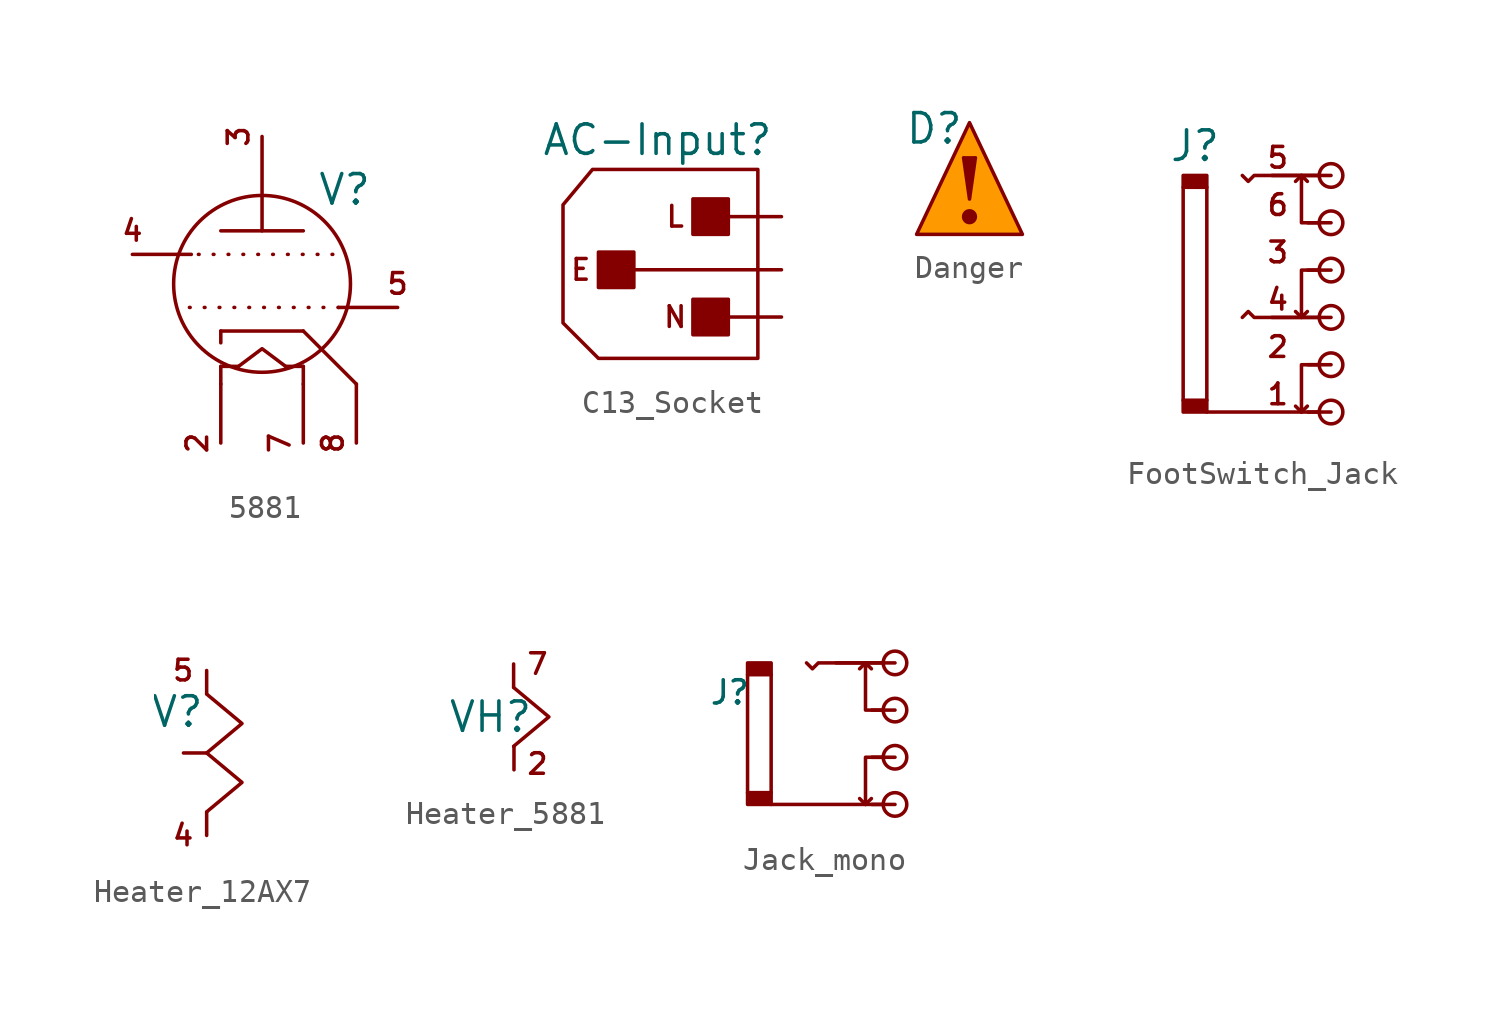
<source format=kicad_sym>
(kicad_symbol_lib
  (version 20231120)
  (generator "kicad_symbol_editor")
  (generator_version "8.0")
  (symbol "5881"
    (property "Reference" "V"
      (at 3.556 4.064 0)
      (effects (font (size 1.27 1.27))))
    (property "Value" ""
      (at 0 0 0)
      (effects (font (size 1.27 1.27))))
    (symbol "5881_0_1"
      (polyline (pts (xy 0 3.81) (xy 0 2.286)) (stroke (width 0) (type default)) (fill (type none)))
      (polyline (pts (xy 0 3.81) (xy 0 3.81)) (stroke (width 0) (type default)) (fill (type none)))
      (polyline (pts (xy 1.778 -2.032) (xy -1.778 -2.032)) (stroke (width 0) (type default)) (fill (type none)))
      (polyline (pts (xy 1.778 2.286) (xy -1.778 2.286)) (stroke (width 0) (type default)) (fill (type none)))
      (circle (center 0 0) (radius 3.81) (stroke (width 0) (type default)) (fill (type none))))
    (symbol "5881_1_1"
      (polyline (pts (xy -1.778 -4.318) (xy -1.778 -3.556)) (stroke (width 0) (type default)) (fill (type none)))
      (polyline (pts (xy -1.778 -2.032) (xy -1.778 -2.54)) (stroke (width 0) (type default)) (fill (type none)))
      (polyline (pts (xy -1.016 -3.556) (xy -1.778 -3.556)) (stroke (width 0) (type default)) (fill (type none)))
      (polyline (pts (xy 1.778 -4.318) (xy 1.778 -3.556)) (stroke (width 0) (type default)) (fill (type none)))
      (polyline (pts (xy 1.778 -3.556) (xy 1.016 -3.556)) (stroke (width 0) (type default)) (fill (type none)))
      (polyline (pts (xy 1.778 -2.032) (xy 4.064 -4.318)) (stroke (width 0) (type default)) (fill (type none)))
      (polyline (pts (xy 3.048 1.27) (xy -3.302 1.27)) (stroke (width 0) (type dot)) (fill (type none)))
      (polyline (pts (xy 3.302 -1.016) (xy -3.302 -1.016)) (stroke (width 0) (type dot)) (fill (type none)))
      (polyline (pts (xy 1.016 -3.556) (xy 0 -2.794) (xy -1.016 -3.556)) (stroke (width 0) (type default)) (fill (type none)))
      (text "2" (at -2.794 -6.858 900) (effects (font (size 0.889 0.889))))
      (text "3" (at -1.016 6.35 900) (effects (font (size 0.889 0.889))))
      (text "4" (at -5.588 2.286 0) (effects (font (size 0.889 0.889))))
      (text "5" (at 5.842 0 0) (effects (font (size 0.889 0.889))))
      (text "7" (at 0.762 -6.858 900) (effects (font (size 0.889 0.889))))
      (text "8" (at 3.048 -6.858 900) (effects (font (size 0.889 0.889))))
      (pin input line (at -5.588 1.27 0) (length 2.54) (name "" (effects (font (size 1.27 1.27)))) (number "" (effects (font (size 1.27 1.27)))))
      (pin input line (at -1.778 -6.858 90) (length 2.54) (name "" (effects (font (size 1.27 1.27)))) (number "" (effects (font (size 1.27 1.27)))))
      (pin input line (at 0 6.35 270) (length 2.54) (name "" (effects (font (size 1.27 1.27)))) (number "" (effects (font (size 1.27 1.27)))))
      (pin input line (at 1.778 -6.858 90) (length 2.54) (name "" (effects (font (size 1.27 1.27)))) (number "" (effects (font (size 1.27 1.27)))))
      (pin input line (at 4.064 -6.858 90) (length 2.54) (name "" (effects (font (size 1.27 1.27)))) (number "" (effects (font (size 1.27 1.27)))))
      (pin input line (at 5.842 -1.016 180) (length 2.54) (name "" (effects (font (size 1.27 1.27)))) (number "" (effects (font (size 1.27 1.27)))))))
  (symbol "C13_Socket"
    (property "Reference" "AC-Input"
      (at -4.318 5.08 0)
      (effects (font (size 1.27 1.27))))
    (property "Value" ""
      (at 0 1.778 0)
      (effects (font (size 1.27 1.27))))
    (symbol "C13_Socket_0_1"
      (polyline (pts (xy 0 3.81) (xy -7.112 3.81) (xy -8.382 2.286) (xy -8.382 -2.794) (xy -6.858 -4.318) (xy 0 -4.318) (xy 0 3.81)) (stroke (width 0) (type default)) (fill (type none))))
    (symbol "C13_Socket_1_1"
      (rectangle (start -6.858 0.254) (end -5.334 -1.27) (stroke (width 0) (type default)) (fill (type outline)))
      (rectangle (start -2.794 -1.778) (end -1.27 -3.302) (stroke (width 0) (type default)) (fill (type outline)))
      (rectangle (start -2.794 2.54) (end -1.27 1.016) (stroke (width 0) (type default)) (fill (type outline)))
      (polyline (pts (xy 0 -2.54) (xy -1.27 -2.54)) (stroke (width 0) (type default)) (fill (type none)))
      (polyline (pts (xy 0 -0.508) (xy -5.334 -0.508)) (stroke (width 0) (type default)) (fill (type none)))
      (polyline (pts (xy 0 1.778) (xy -1.27 1.778)) (stroke (width 0) (type default)) (fill (type none)))
      (text "E" (at -7.62 -0.508 0) (effects (font (size 0.889 0.889))))
      (text "L" (at -3.556 1.778 0) (effects (font (size 0.889 0.889))))
      (text "N" (at -3.556 -2.54 0) (effects (font (size 0.889 0.889))))
      (pin power_out line (at 1.016 -2.54 180) (length 1) (name "" (effects (font (size 1.27 1.27)))) (number "" (effects (font (size 1.27 1.27)))))
      (pin power_out line (at 1.016 -0.508 180) (length 1) (name "" (effects (font (size 1.27 1.27)))) (number "" (effects (font (size 1.27 1.27)))))
      (pin power_out line (at 1.016 1.778 180) (length 1) (name "" (effects (font (size 1.27 1.27)))) (number "" (effects (font (size 1.27 1.27)))))))
  (symbol "Danger"
    (property "Reference" "D"
      (at -1.524 0 0)
      (effects (font (size 1.27 1.27))))
    (property "Value" ""
      (at 0 0 0)
      (effects (font (size 1.27 1.27))))
    (symbol "Danger_1_1"
      (circle (center 0 -3.81) (radius 0.254) (stroke (width 0) (type default)) (fill (type outline)))
      (polyline (pts (xy -0.254 -1.27) (xy 0.254 -1.27)) (stroke (width 0) (type default)) (fill (type none)))
      (polyline (pts (xy 0.254 -1.27) (xy 0 -3.048) (xy -0.254 -1.27)) (stroke (width 0) (type default)) (fill (type outline)))
      (polyline (pts (xy 0 0.254) (xy 2.286 -4.572) (xy -2.286 -4.572) (xy 0 0.254)) (stroke (width 0) (type default)) (fill (type color) (color 255 153 0 1)))))
  (symbol "FootSwitch_Jack"
    (property "Reference" "J"
      (at -2.794 4.318 0)
      (effects (font (size 1.27 1.27))))
    (property "Value" ""
      (at 0 0 0)
      (effects (font (size 1.27 1.27))))
    (symbol "FootSwitch_Jack_0_1"
      (polyline (pts (xy -3.302 2.54) (xy -3.302 -6.604)) (stroke (width 0) (type default)) (fill (type none)))
      (polyline (pts (xy -2.286 2.54) (xy -2.286 -6.604)) (stroke (width 0) (type default)) (fill (type none)))
      (polyline (pts (xy 1.778 -7.112) (xy 1.524 -6.858)) (stroke (width 0) (type default)) (fill (type none)))
      (polyline (pts (xy 1.778 -3.048) (xy 1.524 -2.794)) (stroke (width 0) (type default)) (fill (type none)))
      (polyline (pts (xy 1.778 3.048) (xy 1.524 2.794)) (stroke (width 0) (type default)) (fill (type none)))
      (polyline (pts (xy 2.54 -7.112) (xy -2.286 -7.112)) (stroke (width 0) (type default)) (fill (type none)))
      (polyline (pts (xy 2.54 -5.08) (xy 1.778 -5.08) (xy 1.778 -7.112) (xy 2.032 -6.858)) (stroke (width 0) (type default)) (fill (type none)))
      (polyline (pts (xy 2.54 -1.016) (xy 1.778 -1.016) (xy 1.778 -3.048) (xy 2.032 -2.794)) (stroke (width 0) (type default)) (fill (type none)))
      (polyline (pts (xy 2.54 1.016) (xy 1.778 1.016) (xy 1.778 3.048) (xy 2.032 2.794)) (stroke (width 0) (type default)) (fill (type none)))
      (polyline (pts (xy 2.54 -3.048) (xy 0.254 -3.048) (xy -0.254 -3.048) (xy -0.508 -2.794) (xy -0.762 -3.048)) (stroke (width 0) (type default)) (fill (type none)))
      (polyline (pts (xy 2.54 3.048) (xy 0.254 3.048) (xy -0.254 3.048) (xy -0.508 2.794) (xy -0.762 3.048)) (stroke (width 0) (type default)) (fill (type none)))
      (circle (center 3.048 -7.112) (radius 0.508) (stroke (width 0) (type default)) (fill (type none)))
      (circle (center 3.048 -5.08) (radius 0.508) (stroke (width 0) (type default)) (fill (type none)))
      (circle (center 3.048 -3.048) (radius 0.508) (stroke (width 0) (type default)) (fill (type none)))
      (circle (center 3.048 -1.016) (radius 0.508) (stroke (width 0) (type default)) (fill (type none)))
      (circle (center 3.048 1.016) (radius 0.508) (stroke (width 0) (type default)) (fill (type none)))
      (circle (center 3.048 3.048) (radius 0.508) (stroke (width 0) (type default)) (fill (type none))))
    (symbol "FootSwitch_Jack_1_1"
      (rectangle (start -3.302 -6.604) (end -2.286 -7.112) (stroke (width 0) (type default)) (fill (type outline)))
      (rectangle (start -3.302 3.048) (end -2.286 2.54) (stroke (width 0) (type default)) (fill (type outline)))
      (text "1" (at 0.762 -6.35 0) (effects (font (size 0.889 0.889))))
      (text "2" (at 0.762 -4.318 0) (effects (font (size 0.889 0.889))))
      (text "3" (at 0.762 -0.254 0) (effects (font (size 0.889 0.889))))
      (text "4" (at 0.762 -2.286 0) (effects (font (size 0.889 0.889))))
      (text "5" (at 0.762 3.81 0) (effects (font (size 0.889 0.889))))
      (text "6" (at 0.762 1.778 0) (effects (font (size 0.889 0.889))))
      (pin input line (at 3.048 -7.112 180) (length 1) (name "" (effects (font (size 0.889 0.889)))) (number "" (effects (font (size 0.889 0.889)))))
      (pin input line (at 3.048 -5.08 180) (length 1) (name "" (effects (font (size 0.889 0.889)))) (number "" (effects (font (size 0.889 0.889)))))
      (pin input line (at 3.048 -3.048 180) (length 2.54) (name "" (effects (font (size 0.889 0.889)))) (number "" (effects (font (size 0.889 0.889)))))
      (pin input line (at 3.048 -1.016 180) (length 1) (name "" (effects (font (size 0.889 0.889)))) (number "" (effects (font (size 0.889 0.889)))))
      (pin input line (at 3.048 1.016 180) (length 1) (name "" (effects (font (size 0.889 0.889)))) (number "" (effects (font (size 0.889 0.889)))))
      (pin input line (at 3.048 3.048 180) (length 2.54) (name "" (effects (font (size 0.889 0.889)))) (number "" (effects (font (size 0.889 0.889)))))))
  (symbol "Heater_12AX7"
    (property "Reference" "V"
      (at -1.27 4.318 0)
      (effects (font (size 1.27 1.27))))
    (property "Value" ""
      (at 0 0 0)
      (effects (font (size 1.27 1.27))))
    (symbol "Heater_12AX7_0_1"
      (polyline (pts (xy 0 5.08) (xy 1.524 3.81) (xy 0 2.54) (xy 1.524 1.27) (xy 0 0)) (stroke (width 0) (type default)) (fill (type none))))
    (symbol "Heater_12AX7_1_1"
      (text "4" (at -1.016 -1.016 0) (effects (font (size 0.889 0.889))))
      (text "5" (at -1.016 6.096 0) (effects (font (size 0.889 0.889))))
      (pin input line (at -1 2.54 0) (length 1) (name "" (effects (font (size 1.27 1.27)))) (number "" (effects (font (size 1.27 1.27)))))
      (pin input line (at 0 -1.016 90) (length 1) (name "" (effects (font (size 1.27 1.27)))) (number "" (effects (font (size 1.27 1.27)))))
      (pin input line (at 0 6.096 270) (length 1) (name "" (effects (font (size 1.27 1.27)))) (number "" (effects (font (size 1.27 1.27)))))))
  (symbol "Heater_5881"
    (property "Reference" "VH"
      (at -1.27 0 0)
      (effects (font (size 1.27 1.27))))
    (property "Value" ""
      (at 0 0 0)
      (effects (font (size 1.27 1.27))))
    (symbol "Heater_5881_0_1"
      (polyline (pts (xy -0.27 1.27) (xy 1.254 0) (xy -0.27 -1.27)) (stroke (width 0) (type default)) (fill (type none))))
    (symbol "Heater_5881_1_1"
      (text "2" (at 0.762 -2.032 0) (effects (font (size 0.889 0.889))))
      (text "7" (at 0.762 2.286 0) (effects (font (size 0.889 0.889))))
      (pin input line (at -0.27 2.286 270) (length 1) (name "" (effects (font (size 1.27 1.27)))) (number "" (effects (font (size 1.27 1.27)))))
      (pin input line (at -0.254 -2.286 90) (length 1) (name "" (effects (font (size 1.27 1.27)))) (number "" (effects (font (size 1.27 1.27)))))))
  (symbol "Jack_mono"
    (property "Reference" "J"
      (at -8.382 5.334 0)
      (effects (font (size 1 1))))
    (property "Value" ""
      (at 0 0 0)
      (effects (font (size 1.27 1.27))))
    (symbol "Jack_mono_0_1"
      (circle (center -1.27 0.508) (radius 0.508) (stroke (width 0) (type default)) (fill (type none)))
      (circle (center -1.27 2.54) (radius 0.508) (stroke (width 0) (type default)) (fill (type none)))
      (circle (center -1.27 4.572) (radius 0.508) (stroke (width 0) (type default)) (fill (type none)))
      (circle (center -1.27 6.604) (radius 0.508) (stroke (width 0) (type default)) (fill (type none)))
      (polyline (pts (xy -7.62 6.096) (xy -7.62 1.016)) (stroke (width 0) (type default)) (fill (type none)))
      (polyline (pts (xy -6.604 6.096) (xy -6.604 1.016)) (stroke (width 0) (type default)) (fill (type none)))
      (polyline (pts (xy -2.54 0.508) (xy -2.794 0.762)) (stroke (width 0) (type default)) (fill (type none)))
      (polyline (pts (xy -2.54 6.604) (xy -2.794 6.35)) (stroke (width 0) (type default)) (fill (type none)))
      (polyline (pts (xy -1.778 0.508) (xy -6.604 0.508)) (stroke (width 0) (type default)) (fill (type none)))
      (polyline (pts (xy -1.778 2.54) (xy -2.54 2.54) (xy -2.54 0.508) (xy -2.286 0.762)) (stroke (width 0) (type default)) (fill (type none)))
      (polyline (pts (xy -1.778 4.572) (xy -2.54 4.572) (xy -2.54 6.604) (xy -2.286 6.35)) (stroke (width 0) (type default)) (fill (type none)))
      (polyline (pts (xy -1.778 6.604) (xy -4.064 6.604) (xy -4.572 6.604) (xy -4.826 6.35) (xy -5.08 6.604)) (stroke (width 0) (type default)) (fill (type none))))
    (symbol "Jack_mono_1_1"
      (rectangle (start -7.62 1.016) (end -6.604 0.508) (stroke (width 0) (type default)) (fill (type outline)))
      (rectangle (start -7.62 6.604) (end -6.604 6.096) (stroke (width 0) (type default)) (fill (type outline)))
      (pin input line (at -1.27 0.508 180) (length 1) (name "" (effects (font (size 0.889 0.889)))) (number "" (effects (font (size 0.889 0.889)))))
      (pin input line (at -1.27 2.54 180) (length 1) (name "" (effects (font (size 0.889 0.889)))) (number "" (effects (font (size 0.889 0.889)))))
      (pin input line (at -1.27 4.572 180) (length 1) (name "" (effects (font (size 0.889 0.889)))) (number "" (effects (font (size 0.889 0.889)))))
      (pin input line (at -1.27 6.604 180) (length 2.54) (name "" (effects (font (size 0.889 0.889)))) (number "" (effects (font (size 0.889 0.889))))))))
</source>
